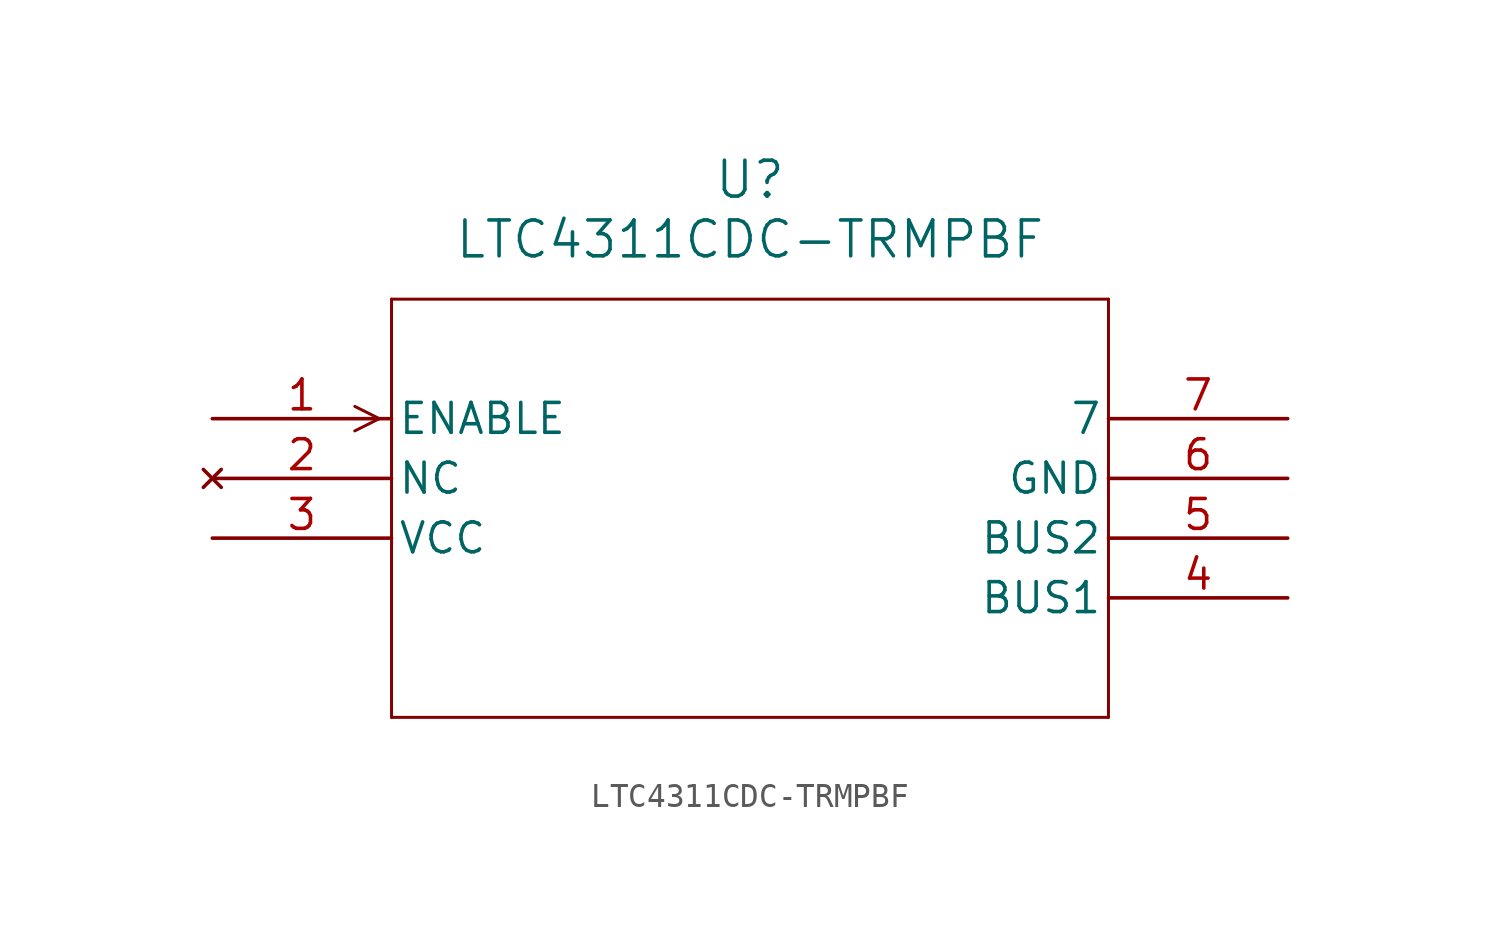
<source format=kicad_sym>
(kicad_symbol_lib
  (version 20211014)
  (generator kicad_symbol_editor)
  (symbol "LTC4311CDC-TRMPBF"
    (pin_names
      (offset 0.254))
    (property "Reference" "U"
      (at 22.86 10.16 0)
      (effects (font (size 1.524 1.524))))
    (property "Value" "LTC4311CDC-TRMPBF"
      (at 22.86 7.62 0)
      (effects (font (size 1.524 1.524))))
    (symbol "LTC4311CDC-TRMPBF_0_1"
      (polyline (pts (xy 7.099 0) (xy 6.058 0.521)) (stroke (width 0.127) (type default) (color 0 0 0 0)) (fill (type none)))
      (polyline (pts (xy 7.099 0) (xy 6.058 -0.521)) (stroke (width 0.127) (type default) (color 0 0 0 0)) (fill (type none)))
      (polyline (pts (xy 7.62 5.08) (xy 7.62 -12.7)) (stroke (width 0.127) (type default) (color 0 0 0 0)) (fill (type none)))
      (polyline (pts (xy 7.62 -12.7) (xy 38.1 -12.7)) (stroke (width 0.127) (type default) (color 0 0 0 0)) (fill (type none)))
      (polyline (pts (xy 38.1 -12.7) (xy 38.1 5.08)) (stroke (width 0.127) (type default) (color 0 0 0 0)) (fill (type none)))
      (polyline (pts (xy 38.1 5.08) (xy 7.62 5.08)) (stroke (width 0.127) (type default) (color 0 0 0 0)) (fill (type none)))
      (pin input line (at 0 0 0) (length 7.62) (name "ENABLE" (effects (font (size 1.27 1.27)))) (number "1" (effects (font (size 1.27 1.27)))))
      (pin no_connect line (at 0 -2.54 0) (length 7.62) (name "NC" (effects (font (size 1.27 1.27)))) (number "2" (effects (font (size 1.27 1.27)))))
      (pin power_in line (at 0 -5.08 0) (length 7.62) (name "VCC" (effects (font (size 1.27 1.27)))) (number "3" (effects (font (size 1.27 1.27)))))
      (pin unspecified line (at 45.72 -7.62 180) (length 7.62) (name "BUS1" (effects (font (size 1.27 1.27)))) (number "4" (effects (font (size 1.27 1.27)))))
      (pin unspecified line (at 45.72 -5.08 180) (length 7.62) (name "BUS2" (effects (font (size 1.27 1.27)))) (number "5" (effects (font (size 1.27 1.27)))))
      (pin power_in line (at 45.72 -2.54 180) (length 7.62) (name "GND" (effects (font (size 1.27 1.27)))) (number "6" (effects (font (size 1.27 1.27)))))
      (pin unspecified line (at 45.72 0 180) (length 7.62) (name "7" (effects (font (size 1.27 1.27)))) (number "7" (effects (font (size 1.27 1.27))))))))
</source>
